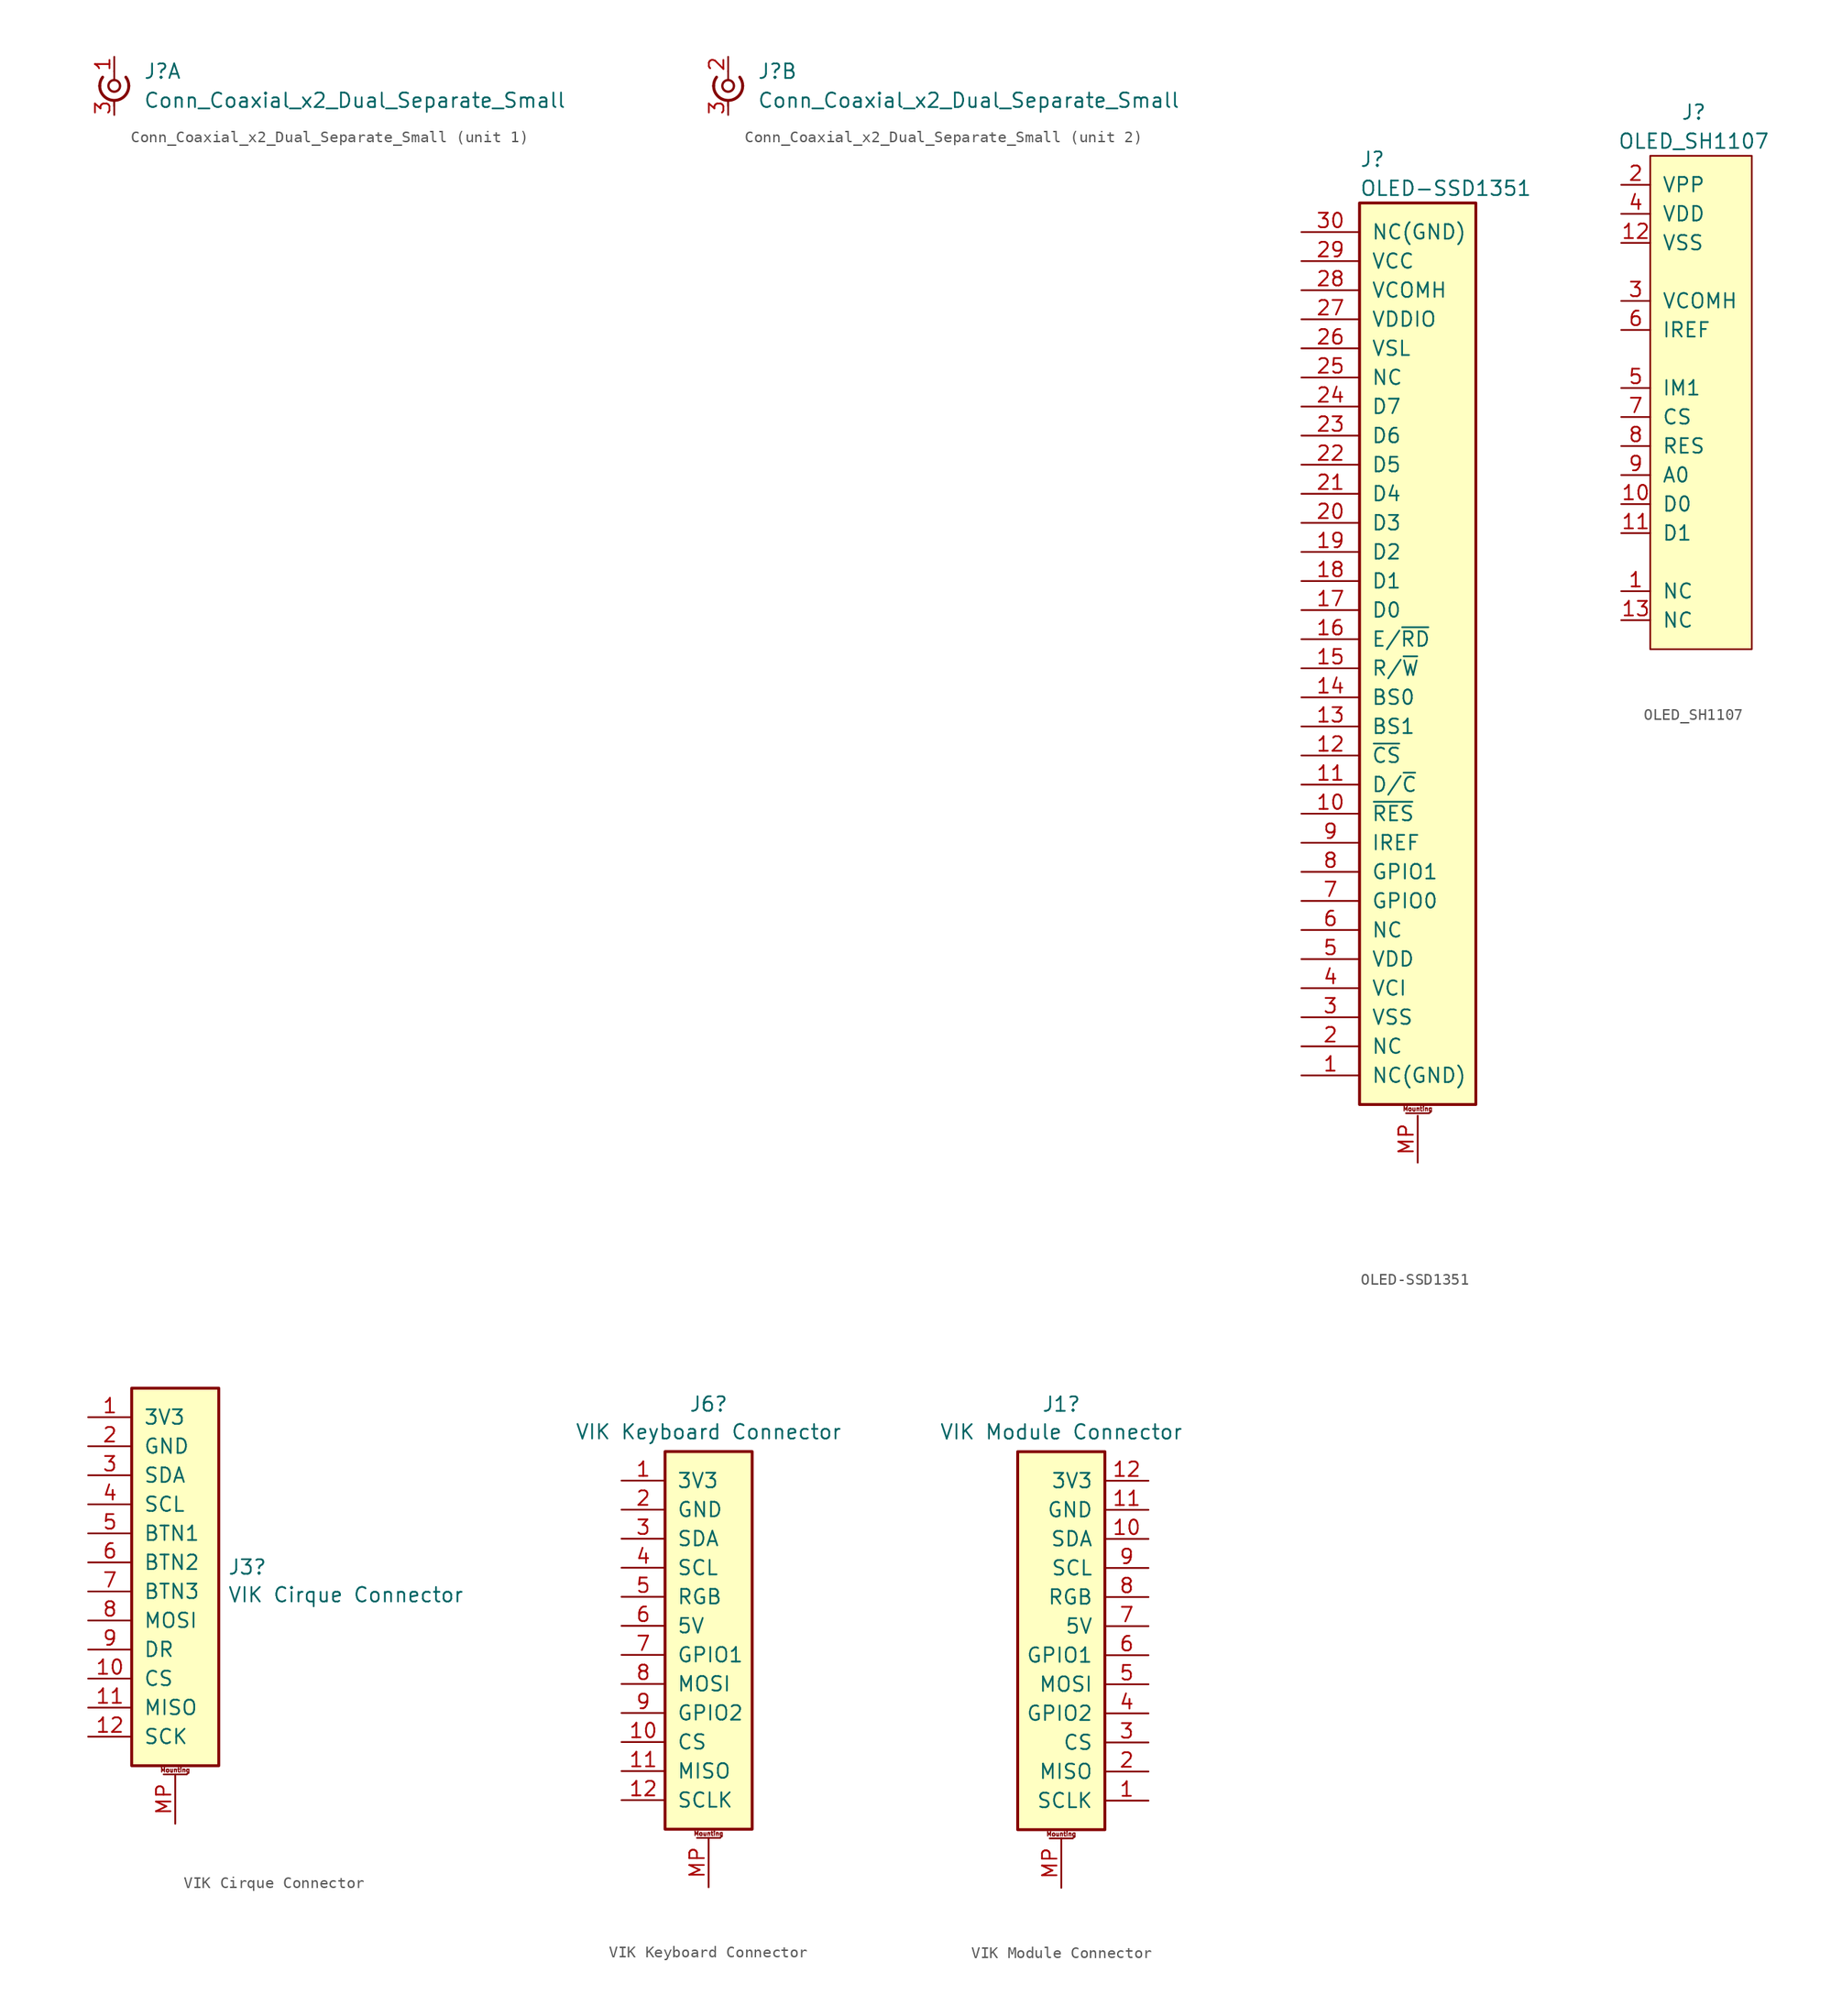
<source format=kicad_sym>
(kicad_symbol_lib
  (version 20220914)
  (generator kicad_symbol_editor)
  (symbol "Conn_Coaxial_x2_Dual_Separate_Small"
    (pin_names
      (offset 1.016) hide)
    (property "Reference" "J"
      (at 2.54 1.27 0)
      (effects (font (size 1.27 1.27)) (justify left)))
    (property "Value" "Conn_Coaxial_x2_Dual_Separate_Small"
      (at 2.54 -1.27 0)
      (effects (font (size 1.27 1.27)) (justify left)))
    (symbol "Conn_Coaxial_x2_Dual_Separate_Small_0_1"
      (arc (start -1.27 0) (mid 0 -1.2645) (end 1.27 0) (stroke (width 0.254) (type default)) (fill (type none)))
      (arc (start -1.016 0.762) (mid -1.2048 0.4016) (end -1.27 0) (stroke (width 0.254) (type default)) (fill (type none)))
      (polyline (pts (xy 0 -1.27) (xy 0 -1.778)) (stroke (width 0) (type default)) (fill (type none)))
      (polyline (pts (xy 0 1.27) (xy 0 0.508)) (stroke (width 0) (type default)) (fill (type none)))
      (circle (center 0 0) (radius 0.508) (stroke (width 0.203) (type default)) (fill (type none)))
      (arc (start 1.27 0) (mid 1.2048 0.4016) (end 1.016 0.762) (stroke (width 0.254) (type default)) (fill (type none)))
      (pin passive line (at 0 -2.54 90) (length 1.27) (name "GND" (effects (font (size 1.27 1.27)))) (number "3" (effects (font (size 1.27 1.27))))))
    (symbol "Conn_Coaxial_x2_Dual_Separate_Small_1_1"
      (pin passive line (at 0 2.54 270) (length 1.27) (name "In_L" (effects (font (size 1.27 1.27)))) (number "1" (effects (font (size 1.27 1.27))))))
    (symbol "Conn_Coaxial_x2_Dual_Separate_Small_2_1"
      (pin passive line (at 0 2.54 270) (length 1.27) (name "In_R" (effects (font (size 1.27 1.27)))) (number "2" (effects (font (size 1.27 1.27)))))))
  (symbol "OLED-SSD1351"
    (pin_names
      (offset 1.016))
    (property "Reference" "J"
      (at -5.08 41.91 0)
      (effects (font (size 1.27 1.27)) (justify left)))
    (property "Value" "OLED-SSD1351"
      (at -5.08 39.37 0)
      (effects (font (size 1.27 1.27)) (justify left)))
    (symbol "OLED-SSD1351_1_1"
      (rectangle (start -5.08 38.1) (end 5.08 -40.64) (stroke (width 0.254) (type default)) (fill (type background)))
      (polyline (pts (xy -1.016 -41.402) (xy 1.016 -41.402)) (stroke (width 0.152) (type default)) (fill (type none)))
      (text "Mounting" (at 0 -41.021 0) (effects (font (size 0.381 0.381))))
      (pin passive line (at -10.16 -38.1 0) (length 5.08) (name "NC(GND)" (effects (font (size 1.27 1.27)))) (number "1" (effects (font (size 1.27 1.27)))))
      (pin passive line (at -10.16 -15.24 0) (length 5.08) (name "~{RES}" (effects (font (size 1.27 1.27)))) (number "10" (effects (font (size 1.27 1.27)))))
      (pin passive line (at -10.16 -12.7 0) (length 5.08) (name "D/~{C}" (effects (font (size 1.27 1.27)))) (number "11" (effects (font (size 1.27 1.27)))))
      (pin passive line (at -10.16 -10.16 0) (length 5.08) (name "~{CS}" (effects (font (size 1.27 1.27)))) (number "12" (effects (font (size 1.27 1.27)))))
      (pin passive line (at -10.16 -7.62 0) (length 5.08) (name "BS1" (effects (font (size 1.27 1.27)))) (number "13" (effects (font (size 1.27 1.27)))))
      (pin passive line (at -10.16 -5.08 0) (length 5.08) (name "BS0" (effects (font (size 1.27 1.27)))) (number "14" (effects (font (size 1.27 1.27)))))
      (pin passive line (at -10.16 -2.54 0) (length 5.08) (name "R/~{W}" (effects (font (size 1.27 1.27)))) (number "15" (effects (font (size 1.27 1.27)))))
      (pin passive line (at -10.16 0 0) (length 5.08) (name "E/~{RD}" (effects (font (size 1.27 1.27)))) (number "16" (effects (font (size 1.27 1.27)))))
      (pin passive line (at -10.16 2.54 0) (length 5.08) (name "D0" (effects (font (size 1.27 1.27)))) (number "17" (effects (font (size 1.27 1.27)))))
      (pin passive line (at -10.16 5.08 0) (length 5.08) (name "D1" (effects (font (size 1.27 1.27)))) (number "18" (effects (font (size 1.27 1.27)))))
      (pin passive line (at -10.16 7.62 0) (length 5.08) (name "D2" (effects (font (size 1.27 1.27)))) (number "19" (effects (font (size 1.27 1.27)))))
      (pin passive line (at -10.16 -35.56 0) (length 5.08) (name "NC" (effects (font (size 1.27 1.27)))) (number "2" (effects (font (size 1.27 1.27)))))
      (pin passive line (at -10.16 10.16 0) (length 5.08) (name "D3" (effects (font (size 1.27 1.27)))) (number "20" (effects (font (size 1.27 1.27)))))
      (pin passive line (at -10.16 12.7 0) (length 5.08) (name "D4" (effects (font (size 1.27 1.27)))) (number "21" (effects (font (size 1.27 1.27)))))
      (pin passive line (at -10.16 15.24 0) (length 5.08) (name "D5" (effects (font (size 1.27 1.27)))) (number "22" (effects (font (size 1.27 1.27)))))
      (pin passive line (at -10.16 17.78 0) (length 5.08) (name "D6" (effects (font (size 1.27 1.27)))) (number "23" (effects (font (size 1.27 1.27)))))
      (pin passive line (at -10.16 20.32 0) (length 5.08) (name "D7" (effects (font (size 1.27 1.27)))) (number "24" (effects (font (size 1.27 1.27)))))
      (pin passive line (at -10.16 22.86 0) (length 5.08) (name "NC" (effects (font (size 1.27 1.27)))) (number "25" (effects (font (size 1.27 1.27)))))
      (pin passive line (at -10.16 25.4 0) (length 5.08) (name "VSL" (effects (font (size 1.27 1.27)))) (number "26" (effects (font (size 1.27 1.27)))))
      (pin passive line (at -10.16 27.94 0) (length 5.08) (name "VDDIO" (effects (font (size 1.27 1.27)))) (number "27" (effects (font (size 1.27 1.27)))))
      (pin passive line (at -10.16 30.48 0) (length 5.08) (name "VCOMH" (effects (font (size 1.27 1.27)))) (number "28" (effects (font (size 1.27 1.27)))))
      (pin passive line (at -10.16 33.02 0) (length 5.08) (name "VCC" (effects (font (size 1.27 1.27)))) (number "29" (effects (font (size 1.27 1.27)))))
      (pin passive line (at -10.16 -33.02 0) (length 5.08) (name "VSS" (effects (font (size 1.27 1.27)))) (number "3" (effects (font (size 1.27 1.27)))))
      (pin passive line (at -10.16 35.56 0) (length 5.08) (name "NC(GND)" (effects (font (size 1.27 1.27)))) (number "30" (effects (font (size 1.27 1.27)))))
      (pin passive line (at -10.16 -30.48 0) (length 5.08) (name "VCI" (effects (font (size 1.27 1.27)))) (number "4" (effects (font (size 1.27 1.27)))))
      (pin passive line (at -10.16 -27.94 0) (length 5.08) (name "VDD" (effects (font (size 1.27 1.27)))) (number "5" (effects (font (size 1.27 1.27)))))
      (pin passive line (at -10.16 -25.4 0) (length 5.08) (name "NC" (effects (font (size 1.27 1.27)))) (number "6" (effects (font (size 1.27 1.27)))))
      (pin passive line (at -10.16 -22.86 0) (length 5.08) (name "GPIO0" (effects (font (size 1.27 1.27)))) (number "7" (effects (font (size 1.27 1.27)))))
      (pin passive line (at -10.16 -20.32 0) (length 5.08) (name "GPIO1" (effects (font (size 1.27 1.27)))) (number "8" (effects (font (size 1.27 1.27)))))
      (pin passive line (at -10.16 -17.78 0) (length 5.08) (name "IREF" (effects (font (size 1.27 1.27)))) (number "9" (effects (font (size 1.27 1.27)))))
      (pin passive line (at 0 -45.72 90) (length 4.1) (name "" (effects (font (size 1.27 1.27)))) (number "MP" (effects (font (size 1.27 1.27)))))))
  (symbol "OLED_SH1107"
    (pin_names
      (offset 1.016))
    (property "Reference" "J"
      (at -1.27 26.67 0)
      (effects (font (size 1.27 1.27))))
    (property "Value" "OLED_SH1107"
      (at -1.27 24.13 0)
      (effects (font (size 1.27 1.27))))
    (symbol "OLED_SH1107_0_1"
      (rectangle (start 3.81 -20.32) (end -5.08 22.86) (stroke (width 0) (type default)) (fill (type background))))
    (symbol "OLED_SH1107_1_1"
      (pin power_in line (at -7.62 -15.24 0) (length 2.54) (name "NC" (effects (font (size 1.27 1.27)))) (number "1" (effects (font (size 1.27 1.27)))))
      (pin input line (at -7.62 -7.62 0) (length 2.54) (name "D0" (effects (font (size 1.27 1.27)))) (number "10" (effects (font (size 1.27 1.27)))))
      (pin input line (at -7.62 -10.16 0) (length 2.54) (name "D1" (effects (font (size 1.27 1.27)))) (number "11" (effects (font (size 1.27 1.27)))))
      (pin power_in line (at -7.62 15.24 0) (length 2.54) (name "VSS" (effects (font (size 1.27 1.27)))) (number "12" (effects (font (size 1.27 1.27)))))
      (pin power_in line (at -7.62 -17.78 0) (length 2.54) (name "NC" (effects (font (size 1.27 1.27)))) (number "13" (effects (font (size 1.27 1.27)))))
      (pin power_in line (at -7.62 20.32 0) (length 2.54) (name "VPP" (effects (font (size 1.27 1.27)))) (number "2" (effects (font (size 1.27 1.27)))))
      (pin power_in line (at -7.62 10.16 0) (length 2.54) (name "VCOMH" (effects (font (size 1.27 1.27)))) (number "3" (effects (font (size 1.27 1.27)))))
      (pin power_in line (at -7.62 17.78 0) (length 2.54) (name "VDD" (effects (font (size 1.27 1.27)))) (number "4" (effects (font (size 1.27 1.27)))))
      (pin input line (at -7.62 2.54 0) (length 2.54) (name "IM1" (effects (font (size 1.27 1.27)))) (number "5" (effects (font (size 1.27 1.27)))))
      (pin input line (at -7.62 7.62 0) (length 2.54) (name "IREF" (effects (font (size 1.27 1.27)))) (number "6" (effects (font (size 1.27 1.27)))))
      (pin input line (at -7.62 0 0) (length 2.54) (name "CS" (effects (font (size 1.27 1.27)))) (number "7" (effects (font (size 1.27 1.27)))))
      (pin input line (at -7.62 -2.54 0) (length 2.54) (name "RES" (effects (font (size 1.27 1.27)))) (number "8" (effects (font (size 1.27 1.27)))))
      (pin input line (at -7.62 -5.08 0) (length 2.54) (name "A0" (effects (font (size 1.27 1.27)))) (number "9" (effects (font (size 1.27 1.27)))))))
  (symbol "VIK Cirque Connector"
    (pin_names
      (offset 1.016))
    (property "Reference" "J3"
      (at 4.572 -0.413 0)
      (effects (font (size 1.27 1.27)) (justify left)))
    (property "Value" "VIK Cirque Connector"
      (at 4.572 -2.838 0)
      (effects (font (size 1.27 1.27)) (justify left)))
    (symbol "VIK Cirque Connector_1_1"
      (rectangle (start -3.81 15.24) (end 3.81 -17.78) (stroke (width 0.254) (type default)) (fill (type background)))
      (polyline (pts (xy -1.016 -18.542) (xy 1.016 -18.542)) (stroke (width 0.152) (type default)) (fill (type none)))
      (text "Mounting" (at 0 -18.161 0) (effects (font (size 0.381 0.381))))
      (pin passive line (at -7.62 12.7 0) (length 3.81) (name "3V3" (effects (font (size 1.27 1.27)))) (number "1" (effects (font (size 1.27 1.27)))))
      (pin passive line (at -7.62 -10.16 0) (length 3.81) (name "CS" (effects (font (size 1.27 1.27)))) (number "10" (effects (font (size 1.27 1.27)))))
      (pin passive line (at -7.62 -12.7 0) (length 3.81) (name "MISO" (effects (font (size 1.27 1.27)))) (number "11" (effects (font (size 1.27 1.27)))))
      (pin passive line (at -7.62 -15.24 0) (length 3.81) (name "SCK" (effects (font (size 1.27 1.27)))) (number "12" (effects (font (size 1.27 1.27)))))
      (pin passive line (at -7.62 10.16 0) (length 3.81) (name "GND" (effects (font (size 1.27 1.27)))) (number "2" (effects (font (size 1.27 1.27)))))
      (pin passive line (at -7.62 7.62 0) (length 3.81) (name "SDA" (effects (font (size 1.27 1.27)))) (number "3" (effects (font (size 1.27 1.27)))))
      (pin passive line (at -7.62 5.08 0) (length 3.81) (name "SCL" (effects (font (size 1.27 1.27)))) (number "4" (effects (font (size 1.27 1.27)))))
      (pin passive line (at -7.62 2.54 0) (length 3.81) (name "BTN1" (effects (font (size 1.27 1.27)))) (number "5" (effects (font (size 1.27 1.27)))))
      (pin passive line (at -7.62 0 0) (length 3.81) (name "BTN2" (effects (font (size 1.27 1.27)))) (number "6" (effects (font (size 1.27 1.27)))))
      (pin passive line (at -7.62 -2.54 0) (length 3.81) (name "BTN3" (effects (font (size 1.27 1.27)))) (number "7" (effects (font (size 1.27 1.27)))))
      (pin passive line (at -7.62 -5.08 0) (length 3.81) (name "MOSI" (effects (font (size 1.27 1.27)))) (number "8" (effects (font (size 1.27 1.27)))))
      (pin passive line (at -7.62 -7.62 0) (length 3.81) (name "DR" (effects (font (size 1.27 1.27)))) (number "9" (effects (font (size 1.27 1.27)))))
      (pin passive line (at 0 -22.86 90) (length 4.318) (name "" (effects (font (size 1.27 1.27)))) (number "MP" (effects (font (size 1.27 1.27)))))))
  (symbol "VIK Keyboard Connector"
    (pin_names
      (offset 1.016))
    (property "Reference" "J6"
      (at 0 19.384 0)
      (effects (font (size 1.27 1.27))))
    (property "Value" "VIK Keyboard Connector"
      (at 0 16.96 0)
      (effects (font (size 1.27 1.27))))
    (symbol "VIK Keyboard Connector_1_1"
      (rectangle (start -3.81 15.24) (end 3.81 -17.78) (stroke (width 0.254) (type default)) (fill (type background)))
      (polyline (pts (xy -1.016 -18.542) (xy 1.016 -18.542)) (stroke (width 0.152) (type default)) (fill (type none)))
      (text "Mounting" (at 0 -18.161 0) (effects (font (size 0.381 0.381))))
      (pin passive line (at -7.62 12.7 0) (length 3.81) (name "3V3" (effects (font (size 1.27 1.27)))) (number "1" (effects (font (size 1.27 1.27)))))
      (pin passive line (at -7.62 -10.16 0) (length 3.81) (name "CS" (effects (font (size 1.27 1.27)))) (number "10" (effects (font (size 1.27 1.27)))))
      (pin passive line (at -7.62 -12.7 0) (length 3.81) (name "MISO" (effects (font (size 1.27 1.27)))) (number "11" (effects (font (size 1.27 1.27)))))
      (pin passive line (at -7.62 -15.24 0) (length 3.81) (name "SCLK" (effects (font (size 1.27 1.27)))) (number "12" (effects (font (size 1.27 1.27)))))
      (pin passive line (at -7.62 10.16 0) (length 3.81) (name "GND" (effects (font (size 1.27 1.27)))) (number "2" (effects (font (size 1.27 1.27)))))
      (pin passive line (at -7.62 7.62 0) (length 3.81) (name "SDA" (effects (font (size 1.27 1.27)))) (number "3" (effects (font (size 1.27 1.27)))))
      (pin passive line (at -7.62 5.08 0) (length 3.81) (name "SCL" (effects (font (size 1.27 1.27)))) (number "4" (effects (font (size 1.27 1.27)))))
      (pin passive line (at -7.62 2.54 0) (length 3.81) (name "RGB" (effects (font (size 1.27 1.27)))) (number "5" (effects (font (size 1.27 1.27)))))
      (pin passive line (at -7.62 0 0) (length 3.81) (name "5V" (effects (font (size 1.27 1.27)))) (number "6" (effects (font (size 1.27 1.27)))))
      (pin passive line (at -7.62 -2.54 0) (length 3.81) (name "GPIO1" (effects (font (size 1.27 1.27)))) (number "7" (effects (font (size 1.27 1.27)))))
      (pin passive line (at -7.62 -5.08 0) (length 3.81) (name "MOSI" (effects (font (size 1.27 1.27)))) (number "8" (effects (font (size 1.27 1.27)))))
      (pin passive line (at -7.62 -7.62 0) (length 3.81) (name "GPIO2" (effects (font (size 1.27 1.27)))) (number "9" (effects (font (size 1.27 1.27)))))
      (pin passive line (at 0 -22.86 90) (length 4.318) (name "" (effects (font (size 1.27 1.27)))) (number "MP" (effects (font (size 1.27 1.27)))))))
  (symbol "VIK Module Connector"
    (pin_names
      (offset 1.016))
    (property "Reference" "J1"
      (at 0 19.384 0)
      (effects (font (size 1.27 1.27))))
    (property "Value" "VIK Module Connector"
      (at 0 16.96 0)
      (effects (font (size 1.27 1.27))))
    (symbol "VIK Module Connector_1_1"
      (rectangle (start -3.81 -17.78) (end 3.81 15.24) (stroke (width 0.254) (type default)) (fill (type background)))
      (polyline (pts (xy 1.016 -18.542) (xy -1.016 -18.542)) (stroke (width 0.152) (type default)) (fill (type none)))
      (text "Mounting" (at 0 -18.161 0) (effects (font (size 0.381 0.381))))
      (pin passive line (at 7.62 -15.24 180) (length 3.81) (name "SCLK" (effects (font (size 1.27 1.27)))) (number "1" (effects (font (size 1.27 1.27)))))
      (pin passive line (at 7.62 7.62 180) (length 3.81) (name "SDA" (effects (font (size 1.27 1.27)))) (number "10" (effects (font (size 1.27 1.27)))))
      (pin passive line (at 7.62 10.16 180) (length 3.81) (name "GND" (effects (font (size 1.27 1.27)))) (number "11" (effects (font (size 1.27 1.27)))))
      (pin passive line (at 7.62 12.7 180) (length 3.81) (name "3V3" (effects (font (size 1.27 1.27)))) (number "12" (effects (font (size 1.27 1.27)))))
      (pin passive line (at 7.62 -12.7 180) (length 3.81) (name "MISO" (effects (font (size 1.27 1.27)))) (number "2" (effects (font (size 1.27 1.27)))))
      (pin passive line (at 7.62 -10.16 180) (length 3.81) (name "CS" (effects (font (size 1.27 1.27)))) (number "3" (effects (font (size 1.27 1.27)))))
      (pin passive line (at 7.62 -7.62 180) (length 3.81) (name "GPIO2" (effects (font (size 1.27 1.27)))) (number "4" (effects (font (size 1.27 1.27)))))
      (pin passive line (at 7.62 -5.08 180) (length 3.81) (name "MOSI" (effects (font (size 1.27 1.27)))) (number "5" (effects (font (size 1.27 1.27)))))
      (pin passive line (at 7.62 -2.54 180) (length 3.81) (name "GPIO1" (effects (font (size 1.27 1.27)))) (number "6" (effects (font (size 1.27 1.27)))))
      (pin passive line (at 7.62 0 180) (length 3.81) (name "5V" (effects (font (size 1.27 1.27)))) (number "7" (effects (font (size 1.27 1.27)))))
      (pin passive line (at 7.62 2.54 180) (length 3.81) (name "RGB" (effects (font (size 1.27 1.27)))) (number "8" (effects (font (size 1.27 1.27)))))
      (pin passive line (at 7.62 5.08 180) (length 3.81) (name "SCL" (effects (font (size 1.27 1.27)))) (number "9" (effects (font (size 1.27 1.27)))))
      (pin passive line (at 0 -22.86 90) (length 4.318) (name "" (effects (font (size 1.27 1.27)))) (number "MP" (effects (font (size 1.27 1.27))))))))
</source>
